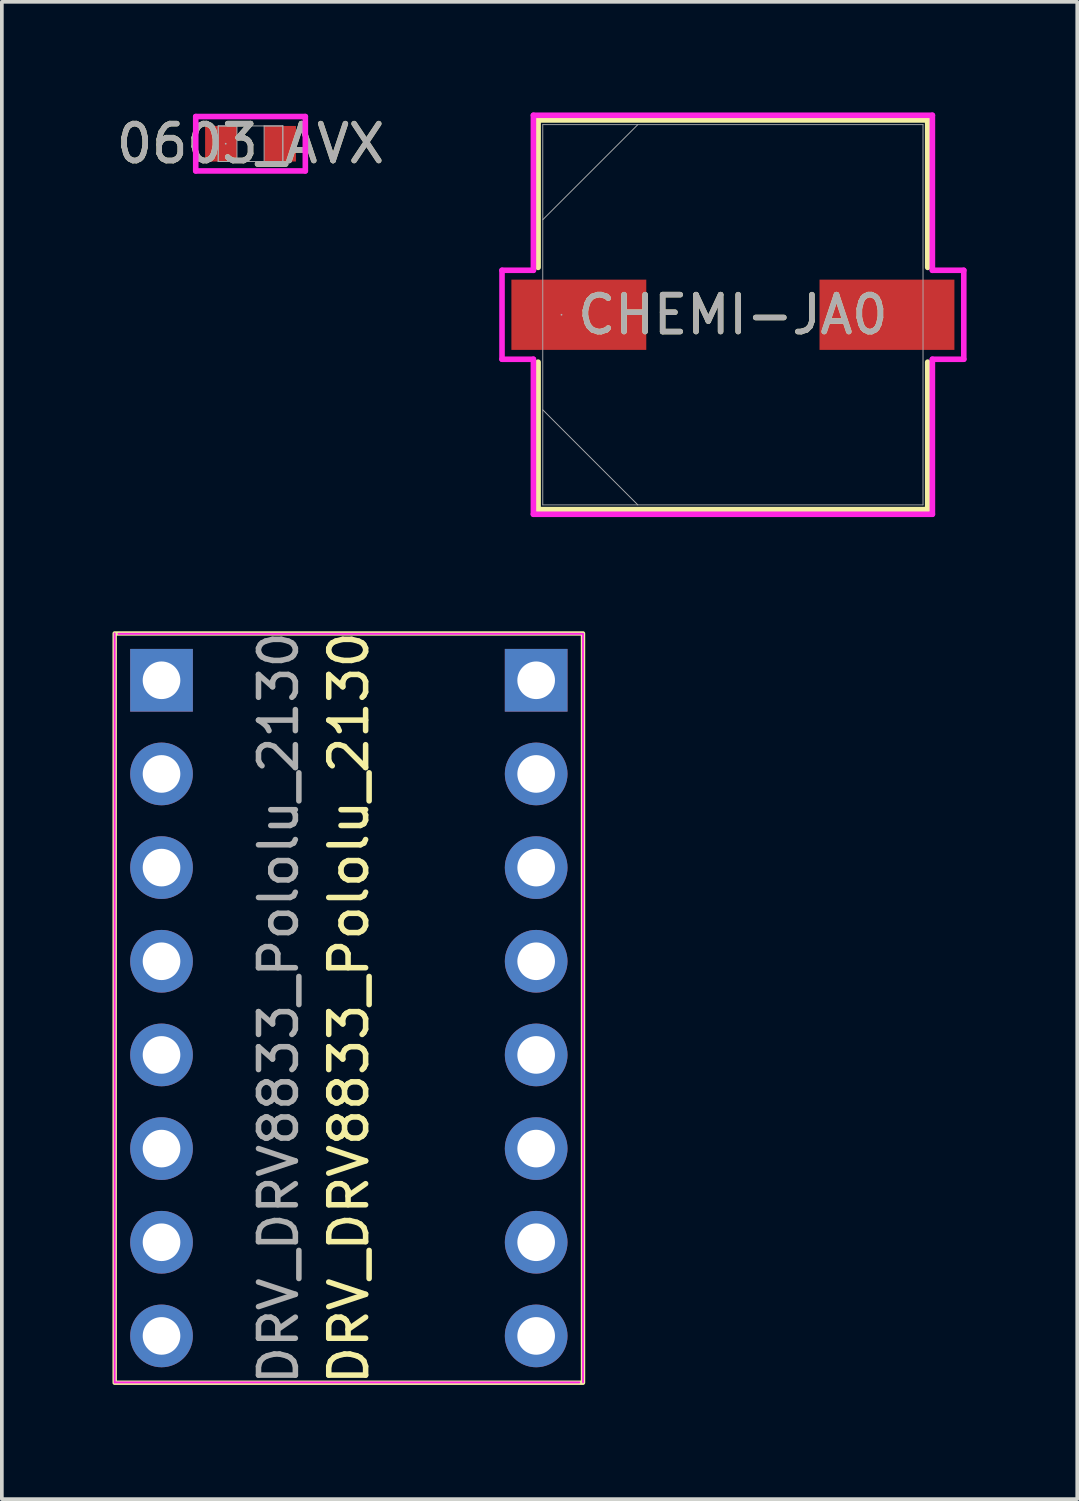
<source format=kicad_pcb>
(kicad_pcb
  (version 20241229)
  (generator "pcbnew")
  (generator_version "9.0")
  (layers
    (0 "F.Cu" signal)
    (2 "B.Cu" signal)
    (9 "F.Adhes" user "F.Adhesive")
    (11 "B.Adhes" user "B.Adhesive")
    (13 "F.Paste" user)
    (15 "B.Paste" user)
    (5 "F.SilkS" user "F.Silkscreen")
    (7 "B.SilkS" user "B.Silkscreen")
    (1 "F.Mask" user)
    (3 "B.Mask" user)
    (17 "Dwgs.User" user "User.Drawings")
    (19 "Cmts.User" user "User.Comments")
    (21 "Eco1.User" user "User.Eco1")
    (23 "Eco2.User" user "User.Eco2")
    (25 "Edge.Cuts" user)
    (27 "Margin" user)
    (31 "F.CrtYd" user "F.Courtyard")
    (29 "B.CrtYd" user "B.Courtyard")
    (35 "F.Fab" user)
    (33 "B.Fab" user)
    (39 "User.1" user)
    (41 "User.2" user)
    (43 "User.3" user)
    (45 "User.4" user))
  (footprint "CHEMI-JA0"
    (layer "F.Cu")
    (at 16.825 5.486)
    (property "Reference" "CHEMI-JA0" (at 0 0 0) (unlocked yes) (layer "F.SilkS") (effects (font (size 1 1) (thickness 0.15))))
    (attr smd)
    (fp_line (start -5.283 -5.283) (end -5.283 -1.285) (stroke (width 0.152) (type solid)) (layer "F.SilkS"))
    (fp_line (start -5.283 1.285) (end -5.283 5.283) (stroke (width 0.152) (type solid)) (layer "F.SilkS"))
    (fp_line (start -5.283 5.283) (end 5.283 5.283) (stroke (width 0.152) (type solid)) (layer "F.SilkS"))
    (fp_line (start 5.283 -5.283) (end -5.283 -5.283) (stroke (width 0.152) (type solid)) (layer "F.SilkS"))
    (fp_line (start 5.283 -1.285) (end 5.283 -5.283) (stroke (width 0.152) (type solid)) (layer "F.SilkS"))
    (fp_line (start 5.283 5.283) (end 5.283 1.285) (stroke (width 0.152) (type solid)) (layer "F.SilkS"))
    (fp_line (start -6.261 -1.206) (end -5.41 -1.206) (stroke (width 0.152) (type solid)) (layer "F.CrtYd"))
    (fp_line (start -6.261 1.206) (end -6.261 -1.206) (stroke (width 0.152) (type solid)) (layer "F.CrtYd"))
    (fp_line (start -5.41 -5.41) (end 5.41 -5.41) (stroke (width 0.152) (type solid)) (layer "F.CrtYd"))
    (fp_line (start -5.41 -1.206) (end -5.41 -5.41) (stroke (width 0.152) (type solid)) (layer "F.CrtYd"))
    (fp_line (start -5.41 1.206) (end -6.261 1.206) (stroke (width 0.152) (type solid)) (layer "F.CrtYd"))
    (fp_line (start -5.41 5.41) (end -5.41 1.206) (stroke (width 0.152) (type solid)) (layer "F.CrtYd"))
    (fp_line (start 5.41 -5.41) (end 5.41 -1.206) (stroke (width 0.152) (type solid)) (layer "F.CrtYd"))
    (fp_line (start 5.41 -1.206) (end 6.261 -1.206) (stroke (width 0.152) (type solid)) (layer "F.CrtYd"))
    (fp_line (start 5.41 1.206) (end 5.41 5.41) (stroke (width 0.152) (type solid)) (layer "F.CrtYd"))
    (fp_line (start 5.41 5.41) (end -5.41 5.41) (stroke (width 0.152) (type solid)) (layer "F.CrtYd"))
    (fp_line (start 6.261 -1.206) (end 6.261 1.206) (stroke (width 0.152) (type solid)) (layer "F.CrtYd"))
    (fp_line (start 6.261 1.206) (end 5.41 1.206) (stroke (width 0.152) (type solid)) (layer "F.CrtYd"))
    (fp_line (start -5.156 -5.156) (end -5.156 5.156) (stroke (width 0.025) (type solid)) (layer "F.Fab"))
    (fp_line (start -5.156 -2.578) (end -2.578 -5.156) (stroke (width 0.025) (type solid)) (layer "F.Fab"))
    (fp_line (start -5.156 2.578) (end -2.578 5.156) (stroke (width 0.025) (type solid)) (layer "F.Fab"))
    (fp_line (start -5.156 5.156) (end 5.156 5.156) (stroke (width 0.025) (type solid)) (layer "F.Fab"))
    (fp_line (start 5.156 -5.156) (end -5.156 -5.156) (stroke (width 0.025) (type solid)) (layer "F.Fab"))
    (fp_line (start 5.156 5.156) (end 5.156 -5.156) (stroke (width 0.025) (type solid)) (layer "F.Fab"))
    (fp_circle (center -4.648 0) (end -4.648 0) (stroke (width 0.025) (type solid)) (fill no) (layer "F.Fab"))
    (fp_text user "${REFERENCE}" (at 0 0 0) (unlocked yes) (layer "F.Fab") (effects (font (size 1 1) (thickness 0.15))))
    (pad "1" smd rect (at -4.178 0) (size 3.658 1.905) (layers "F.Cu" "F.Mask" "F.Paste"))
    (pad "2" smd rect (at 4.178 0) (size 3.658 1.905) (layers "F.Cu" "F.Mask" "F.Paste"))
    (zone (net_name "") (layer "F.Cu") (hatch full 0.508) (connect_pads) (min_thickness 0.254) (filled_areas_thickness no) (keepout (tracks not_allowed) (vias not_allowed) (pads allowed) (copperpour not_allowed) (footprints allowed)) (placement (enabled no)) (fill) (polygon (pts (xy 11.72 0.381) (xy 21.931 0.381) (xy 21.931 4.483) (xy 11.72 4.483))))
    (zone (net_name "") (layer "F.Cu") (hatch full 0.508) (connect_pads) (min_thickness 0.254) (filled_areas_thickness no) (keepout (tracks not_allowed) (vias not_allowed) (pads allowed) (copperpour not_allowed) (footprints allowed)) (placement (enabled no)) (fill) (polygon (pts (xy 11.72 6.49) (xy 21.931 6.49) (xy 21.931 10.592) (xy 11.72 10.592))))
    (zone (net_name "") (layer "F.Cu") (hatch full 0.508) (connect_pads) (min_thickness 0.254) (filled_areas_thickness no) (keepout (tracks not_allowed) (vias not_allowed) (pads allowed) (copperpour not_allowed) (footprints allowed)) (placement (enabled no)) (fill) (polygon (pts (xy 14.527 4.483) (xy 19.124 4.483) (xy 19.124 6.49) (xy 14.527 6.49)))))
  (footprint "DRV_DRV8833_Pololu_2130"
    (layer "F.Cu")
    (at 6.41 24.288)
    (property "Reference" "DRV_DRV8833_Pololu_2130" (at 0 0 90) (unlocked yes) (layer "F.SilkS") (effects (font (size 1 1) (thickness 0.15))))
    (attr through_hole)
    (fp_rect (start -6.35 -10.16) (end 6.35 10.16) (stroke (width 0.12) (type solid)) (fill no) (layer "F.SilkS"))
    (fp_line (start -6.35 10.15) (end -6.35 -10.16) (stroke (width 0.05) (type solid)) (layer "F.CrtYd"))
    (fp_line (start -6.35 10.15) (end 6.25 10.15) (stroke (width 0.05) (type solid)) (layer "F.CrtYd"))
    (fp_line (start -6.25 -10.15) (end 6.35 -10.15) (stroke (width 0.05) (type solid)) (layer "F.CrtYd"))
    (fp_line (start 6.35 -10.15) (end 6.35 10.15) (stroke (width 0.05) (type solid)) (layer "F.CrtYd"))
    (fp_text user "${REFERENCE}" (at -1.905 0 90) (unlocked yes) (layer "F.Fab") (effects (font (size 1 1) (thickness 0.15))))
    (pad "1" thru_hole rect (at -5.08 -8.89) (size 1.7 1.7) (drill 1.02) (layers "*.Cu" "*.Mask"))
    (pad "2" thru_hole oval (at -5.08 -6.35) (size 1.7 1.7) (drill 1.02) (layers "*.Cu" "*.Mask"))
    (pad "3" thru_hole oval (at -5.08 -3.81) (size 1.7 1.7) (drill 1.02) (layers "*.Cu" "*.Mask"))
    (pad "4" thru_hole oval (at -5.08 -1.27) (size 1.7 1.7) (drill 1.02) (layers "*.Cu" "*.Mask"))
    (pad "5" thru_hole oval (at -5.08 1.27) (size 1.7 1.7) (drill 1.02) (layers "*.Cu" "*.Mask"))
    (pad "6" thru_hole oval (at -5.08 3.81) (size 1.7 1.7) (drill 1.02) (layers "*.Cu" "*.Mask"))
    (pad "7" thru_hole oval (at -5.08 6.35) (size 1.7 1.7) (drill 1.02) (layers "*.Cu" "*.Mask"))
    (pad "8" thru_hole oval (at -5.08 8.89) (size 1.7 1.7) (drill 1.02) (layers "*.Cu" "*.Mask"))
    (pad "9" thru_hole oval (at 5.08 8.89) (size 1.7 1.7) (drill 1.02) (layers "*.Cu" "*.Mask"))
    (pad "10" thru_hole oval (at 5.08 6.35) (size 1.7 1.7) (drill 1.02) (layers "*.Cu" "*.Mask"))
    (pad "11" thru_hole oval (at 5.08 3.81) (size 1.7 1.7) (drill 1.02) (layers "*.Cu" "*.Mask"))
    (pad "12" thru_hole circle (at 5.08 1.27) (size 1.7 1.7) (drill 1.02) (layers "*.Cu" "*.Mask"))
    (pad "13" thru_hole oval (at 5.08 -1.27) (size 1.7 1.7) (drill 1.02) (layers "*.Cu" "*.Mask"))
    (pad "14" thru_hole oval (at 5.08 -3.81) (size 1.7 1.7) (drill 1.02) (layers "*.Cu" "*.Mask"))
    (pad "15" thru_hole oval (at 5.08 -6.35) (size 1.7 1.7) (drill 1.02) (layers "*.Cu" "*.Mask"))
    (pad "16" thru_hole rect (at 5.08 -8.89) (size 1.7 1.7) (drill 1.02) (layers "*.Cu" "*.Mask")))
  (footprint "0603_AVX"
    (layer "F.Cu")
    (at 3.744 0.848)
    (property "Reference" "0603_AVX" (at 0 0 0) (unlocked yes) (layer "F.SilkS") (effects (font (size 1 1) (thickness 0.15))))
    (attr smd)
    (fp_line (start -1.486 -0.737) (end 1.486 -0.737) (stroke (width 0.152) (type solid)) (layer "F.CrtYd"))
    (fp_line (start -1.486 0.737) (end -1.486 -0.737) (stroke (width 0.152) (type solid)) (layer "F.CrtYd"))
    (fp_line (start 1.486 -0.737) (end 1.486 0.737) (stroke (width 0.152) (type solid)) (layer "F.CrtYd"))
    (fp_line (start 1.486 0.737) (end -1.486 0.737) (stroke (width 0.152) (type solid)) (layer "F.CrtYd"))
    (fp_line (start -0.876 -0.483) (end -0.876 0.483) (stroke (width 0.025) (type solid)) (layer "F.Fab"))
    (fp_line (start -0.876 -0.483) (end -0.876 0.483) (stroke (width 0.025) (type solid)) (layer "F.Fab"))
    (fp_line (start -0.876 0.483) (end -0.368 0.483) (stroke (width 0.025) (type solid)) (layer "F.Fab"))
    (fp_line (start -0.876 0.483) (end 0.876 0.483) (stroke (width 0.025) (type solid)) (layer "F.Fab"))
    (fp_line (start -0.368 -0.483) (end -0.876 -0.483) (stroke (width 0.025) (type solid)) (layer "F.Fab"))
    (fp_line (start -0.368 0.483) (end -0.368 -0.483) (stroke (width 0.025) (type solid)) (layer "F.Fab"))
    (fp_line (start 0.368 -0.483) (end 0.368 0.483) (stroke (width 0.025) (type solid)) (layer "F.Fab"))
    (fp_line (start 0.368 0.483) (end 0.876 0.483) (stroke (width 0.025) (type solid)) (layer "F.Fab"))
    (fp_line (start 0.876 -0.483) (end -0.876 -0.483) (stroke (width 0.025) (type solid)) (layer "F.Fab"))
    (fp_line (start 0.876 -0.483) (end 0.368 -0.483) (stroke (width 0.025) (type solid)) (layer "F.Fab"))
    (fp_line (start 0.876 0.483) (end 0.876 -0.483) (stroke (width 0.025) (type solid)) (layer "F.Fab"))
    (fp_line (start 0.876 0.483) (end 0.876 -0.483) (stroke (width 0.025) (type solid)) (layer "F.Fab"))
    (fp_circle (center -0.673 0) (end -0.673 0) (stroke (width 0.025) (type solid)) (fill no) (layer "F.Fab"))
    (fp_text user "${REFERENCE}" (at 0 0 0) (unlocked yes) (layer "F.Fab") (effects (font (size 1 1) (thickness 0.15))))
    (pad "1" smd rect (at -0.8 0) (size 0.864 0.965) (layers "F.Cu" "F.Mask" "F.Paste"))
    (pad "2" smd rect (at 0.8 0) (size 0.864 0.965) (layers "F.Cu" "F.Mask" "F.Paste"))
    (zone (net_name "") (layer "F.Cu") (hatch full 0.508) (connect_pads) (min_thickness 0.254) (filled_areas_thickness no) (keepout (tracks not_allowed) (vias not_allowed) (pads allowed) (copperpour not_allowed) (footprints allowed)) (placement (enabled no)) (fill) (polygon (pts (xy 3.427 0.416) (xy 4.062 0.416) (xy 4.062 1.28) (xy 3.427 1.28)))))
  (gr_rect
    (start -3 -3)
    (end 26.163 37.604)
    (stroke (width 0.1) (type default))
    (fill no)
    (layer "Edge.Cuts")))
</source>
